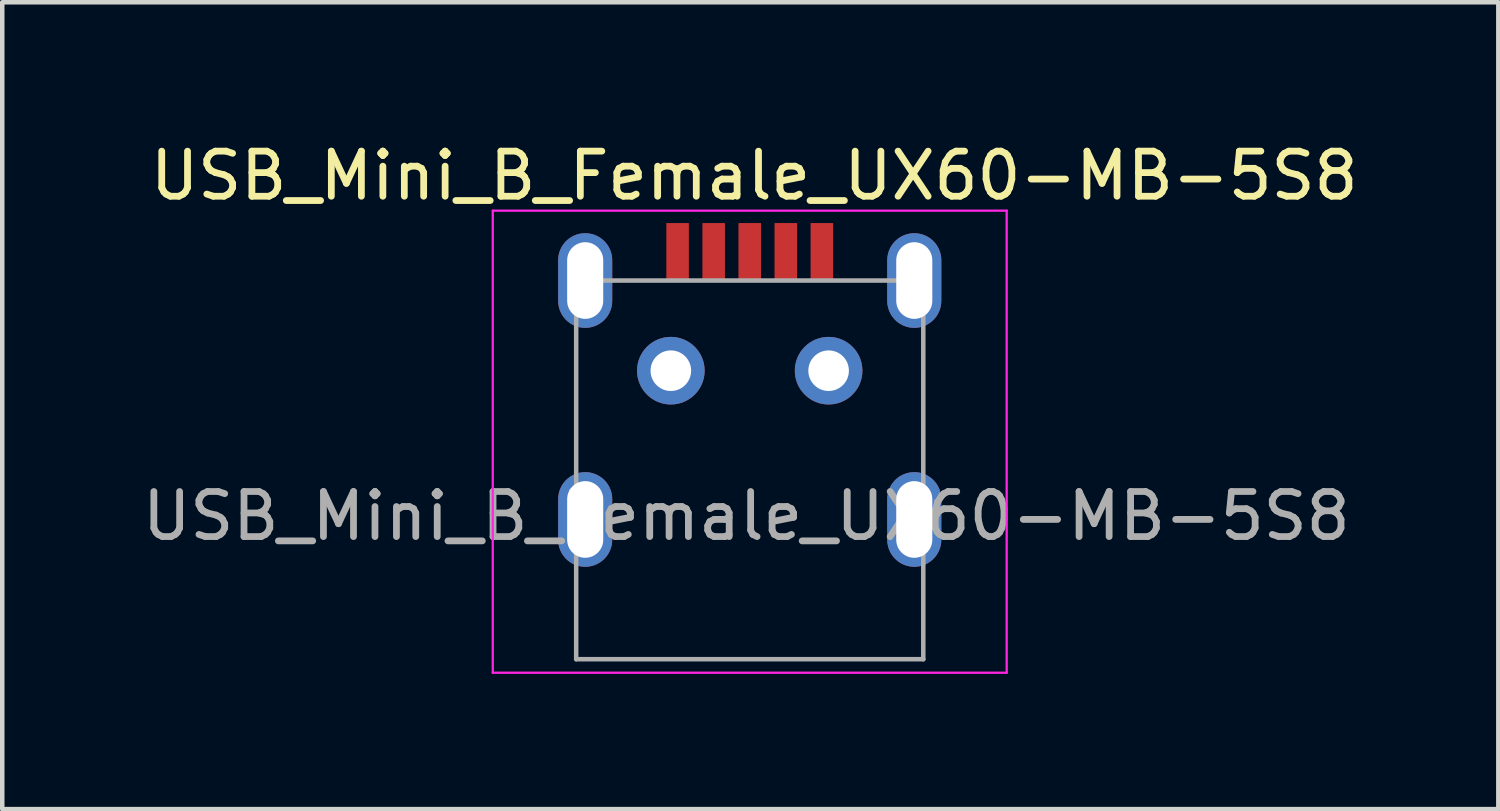
<source format=kicad_pcb>
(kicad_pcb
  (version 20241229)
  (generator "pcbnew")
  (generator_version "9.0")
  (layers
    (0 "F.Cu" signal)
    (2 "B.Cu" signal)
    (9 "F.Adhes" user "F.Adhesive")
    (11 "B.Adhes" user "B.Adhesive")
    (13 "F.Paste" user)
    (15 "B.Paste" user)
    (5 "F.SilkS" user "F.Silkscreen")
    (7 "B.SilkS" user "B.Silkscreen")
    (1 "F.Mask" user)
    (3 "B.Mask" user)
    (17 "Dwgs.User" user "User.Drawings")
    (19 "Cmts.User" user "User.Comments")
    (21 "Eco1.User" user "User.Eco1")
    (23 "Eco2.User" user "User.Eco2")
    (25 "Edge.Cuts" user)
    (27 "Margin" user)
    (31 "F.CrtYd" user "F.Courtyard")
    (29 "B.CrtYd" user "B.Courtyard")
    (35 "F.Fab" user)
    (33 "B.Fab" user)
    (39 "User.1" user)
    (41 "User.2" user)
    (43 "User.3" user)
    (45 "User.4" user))
  (footprint "USB_Mini_B_Female_UX60-MB-5S8"
    (layer "F.Cu")
    (at 13.581 5.173)
    (property "Reference" "USB_Mini_B_Female_UX60-MB-5S8" (at 0.1 -4.325 0) (layer "F.SilkS") (effects (font (size 1 1) (thickness 0.15))))
    (attr through_hole)
    (fp_line (start -5.7 -3.55) (end -5.7 6.7) (stroke (width 0.05) (type solid)) (layer "F.CrtYd"))
    (fp_line (start -5.7 -3.55) (end 5.7 -3.55) (stroke (width 0.05) (type solid)) (layer "F.CrtYd"))
    (fp_line (start -5.7 6.7) (end 5.7 6.7) (stroke (width 0.05) (type solid)) (layer "F.CrtYd"))
    (fp_line (start 5.7 -3.55) (end 5.7 6.7) (stroke (width 0.05) (type solid)) (layer "F.CrtYd"))
    (fp_line (start -3.85 -2) (end -3.85 6.4) (stroke (width 0.1) (type solid)) (layer "F.Fab"))
    (fp_line (start -3.85 6.4) (end 3.85 6.4) (stroke (width 0.1) (type solid)) (layer "F.Fab"))
    (fp_line (start 3.85 -2) (end -3.85 -2) (stroke (width 0.1) (type solid)) (layer "F.Fab"))
    (fp_line (start 3.85 -2) (end 3.85 6.4) (stroke (width 0.1) (type solid)) (layer "F.Fab"))
    (fp_text user "${REFERENCE}" (at -0.075 3.225 0) (layer "F.Fab") (effects (font (size 1 1) (thickness 0.15))))
    (pad "1" smd rect (at -1.6 -2.65) (size 0.5 1.25) (layers "F.Cu" "F.Mask" "F.Paste"))
    (pad "2" smd rect (at -0.8 -2.65) (size 0.5 1.25) (layers "F.Cu" "F.Mask" "F.Paste"))
    (pad "3" smd rect (at 0 -2.65) (size 0.5 1.25) (layers "F.Cu" "F.Mask" "F.Paste"))
    (pad "4" smd rect (at 0.8 -2.65) (size 0.5 1.25) (layers "F.Cu" "F.Mask" "F.Paste"))
    (pad "5" smd rect (at 1.6 -2.65) (size 0.5 1.25) (layers "F.Cu" "F.Mask" "F.Paste"))
    (pad "SH" thru_hole oval (at -3.65 -2) (size 1.2 2.1) (drill oval 0.8 1.7) (layers "*.Cu" "*.Mask"))
    (pad "SH" thru_hole oval (at -3.65 3.3) (size 1.2 2.1) (drill oval 0.8 1.7) (layers "*.Cu" "*.Mask"))
    (pad "SH" thru_hole circle (at -1.75 0) (size 1.5 1.5) (drill 0.9) (layers "*.Cu" "*.Mask"))
    (pad "SH" thru_hole circle (at 1.75 0) (size 1.5 1.5) (drill 0.9) (layers "*.Cu" "*.Mask"))
    (pad "SH" thru_hole oval (at 3.65 -2) (size 1.2 2.1) (drill oval 0.8 1.7) (layers "*.Cu" "*.Mask"))
    (pad "SH" thru_hole oval (at 3.65 3.3) (size 1.2 2.1) (drill oval 0.8 1.7) (layers "*.Cu" "*.Mask")))
  (gr_rect
    (start -3 -3)
    (end 30.187 14.898)
    (stroke (width 0.1) (type default))
    (fill no)
    (layer "Edge.Cuts")))
</source>
